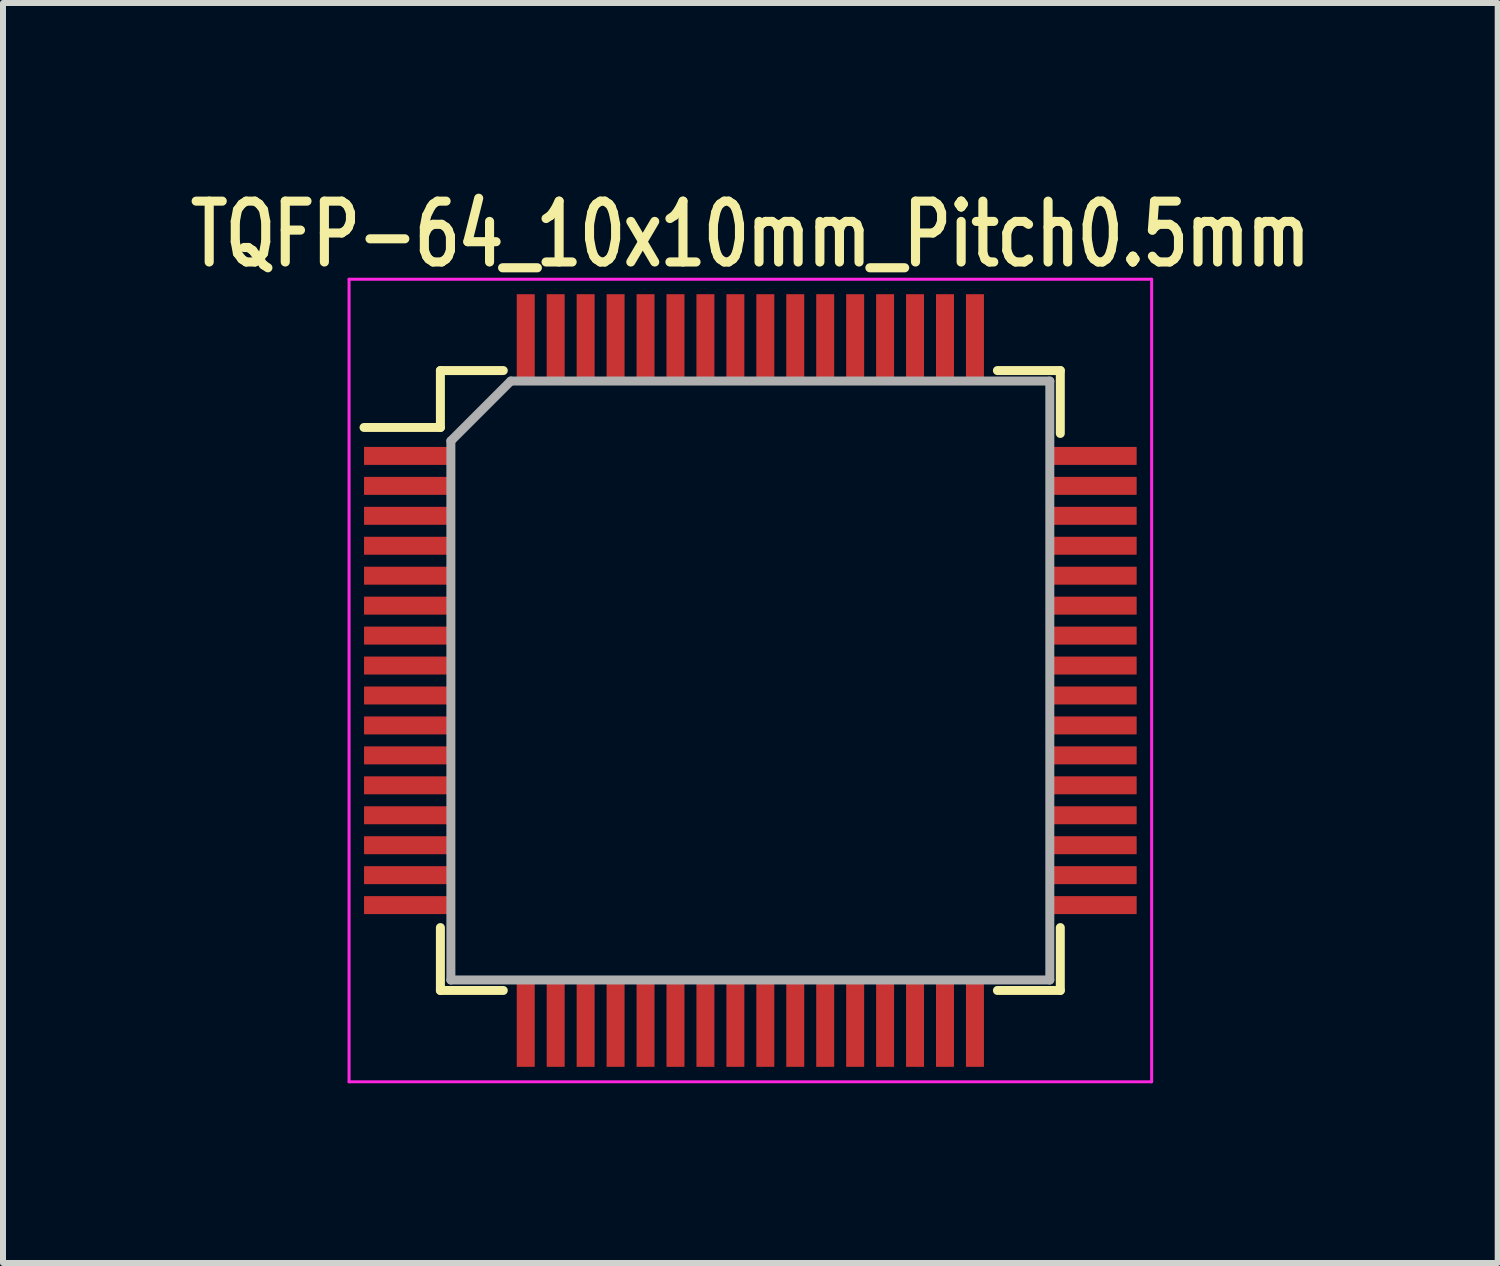
<source format=kicad_pcb>
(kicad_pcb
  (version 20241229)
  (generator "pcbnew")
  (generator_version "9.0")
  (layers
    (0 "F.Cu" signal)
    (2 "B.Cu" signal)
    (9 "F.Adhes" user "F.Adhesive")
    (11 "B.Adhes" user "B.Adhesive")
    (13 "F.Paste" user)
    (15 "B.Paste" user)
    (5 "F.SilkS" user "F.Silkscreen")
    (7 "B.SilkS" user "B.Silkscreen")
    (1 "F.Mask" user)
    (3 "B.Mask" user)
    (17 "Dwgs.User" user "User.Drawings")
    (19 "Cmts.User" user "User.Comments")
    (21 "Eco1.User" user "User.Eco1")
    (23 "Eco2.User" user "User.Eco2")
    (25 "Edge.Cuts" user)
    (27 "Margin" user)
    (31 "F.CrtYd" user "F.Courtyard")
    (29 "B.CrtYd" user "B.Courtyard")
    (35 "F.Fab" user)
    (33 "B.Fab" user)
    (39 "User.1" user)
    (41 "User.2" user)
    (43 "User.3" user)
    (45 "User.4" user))
  (footprint "TQFP-64_10x10mm_Pitch0.5mm"
    (layer "F.Cu")
    (at 9.478 8.312)
    (property "Reference" "TQFP-64_10x10mm_Pitch0.5mm" (at 0 -7.45 0) (layer "F.SilkS") (effects (font (size 1.016 0.762) (thickness 0.152))))
    (attr smd)
    (fp_line (start -5.175 -5.175) (end -5.175 -4.225) (stroke (width 0.15) (type solid)) (layer "F.SilkS"))
    (fp_line (start -5.175 -5.175) (end -4.125 -5.175) (stroke (width 0.15) (type solid)) (layer "F.SilkS"))
    (fp_line (start -5.175 -4.225) (end -6.45 -4.225) (stroke (width 0.15) (type solid)) (layer "F.SilkS"))
    (fp_line (start -5.175 5.175) (end -5.175 4.125) (stroke (width 0.15) (type solid)) (layer "F.SilkS"))
    (fp_line (start -5.175 5.175) (end -4.125 5.175) (stroke (width 0.15) (type solid)) (layer "F.SilkS"))
    (fp_line (start 5.175 -5.175) (end 4.125 -5.175) (stroke (width 0.15) (type solid)) (layer "F.SilkS"))
    (fp_line (start 5.175 -5.175) (end 5.175 -4.125) (stroke (width 0.15) (type solid)) (layer "F.SilkS"))
    (fp_line (start 5.175 5.175) (end 4.125 5.175) (stroke (width 0.15) (type solid)) (layer "F.SilkS"))
    (fp_line (start 5.175 5.175) (end 5.175 4.125) (stroke (width 0.15) (type solid)) (layer "F.SilkS"))
    (fp_line (start -6.7 -6.7) (end -6.7 6.7) (stroke (width 0.05) (type solid)) (layer "F.CrtYd"))
    (fp_line (start -6.7 -6.7) (end 6.7 -6.7) (stroke (width 0.05) (type solid)) (layer "F.CrtYd"))
    (fp_line (start -6.7 6.7) (end 6.7 6.7) (stroke (width 0.05) (type solid)) (layer "F.CrtYd"))
    (fp_line (start 6.7 -6.7) (end 6.7 6.7) (stroke (width 0.05) (type solid)) (layer "F.CrtYd"))
    (fp_line (start -5 -4) (end -4 -5) (stroke (width 0.15) (type solid)) (layer "F.Fab"))
    (fp_line (start -5 5) (end -5 -4) (stroke (width 0.15) (type solid)) (layer "F.Fab"))
    (fp_line (start -4 -5) (end 5 -5) (stroke (width 0.15) (type solid)) (layer "F.Fab"))
    (fp_line (start 5 -5) (end 5 5) (stroke (width 0.15) (type solid)) (layer "F.Fab"))
    (fp_line (start 5 5) (end -5 5) (stroke (width 0.15) (type solid)) (layer "F.Fab"))
    (pad "1" smd rect (at -5.7 -3.75) (size 1.5 0.3) (layers "F.Cu" "F.Mask" "F.Paste"))
    (pad "2" smd rect (at -5.7 -3.25) (size 1.5 0.3) (layers "F.Cu" "F.Mask" "F.Paste"))
    (pad "3" smd rect (at -5.7 -2.75) (size 1.5 0.3) (layers "F.Cu" "F.Mask" "F.Paste"))
    (pad "4" smd rect (at -5.7 -2.25) (size 1.5 0.3) (layers "F.Cu" "F.Mask" "F.Paste"))
    (pad "5" smd rect (at -5.7 -1.75) (size 1.5 0.3) (layers "F.Cu" "F.Mask" "F.Paste"))
    (pad "6" smd rect (at -5.7 -1.25) (size 1.5 0.3) (layers "F.Cu" "F.Mask" "F.Paste"))
    (pad "7" smd rect (at -5.7 -0.75) (size 1.5 0.3) (layers "F.Cu" "F.Mask" "F.Paste"))
    (pad "8" smd rect (at -5.7 -0.25) (size 1.5 0.3) (layers "F.Cu" "F.Mask" "F.Paste"))
    (pad "9" smd rect (at -5.7 0.25) (size 1.5 0.3) (layers "F.Cu" "F.Mask" "F.Paste"))
    (pad "10" smd rect (at -5.7 0.75) (size 1.5 0.3) (layers "F.Cu" "F.Mask" "F.Paste"))
    (pad "11" smd rect (at -5.7 1.25) (size 1.5 0.3) (layers "F.Cu" "F.Mask" "F.Paste"))
    (pad "12" smd rect (at -5.7 1.75) (size 1.5 0.3) (layers "F.Cu" "F.Mask" "F.Paste"))
    (pad "13" smd rect (at -5.7 2.25) (size 1.5 0.3) (layers "F.Cu" "F.Mask" "F.Paste"))
    (pad "14" smd rect (at -5.7 2.75) (size 1.5 0.3) (layers "F.Cu" "F.Mask" "F.Paste"))
    (pad "15" smd rect (at -5.7 3.25) (size 1.5 0.3) (layers "F.Cu" "F.Mask" "F.Paste"))
    (pad "16" smd rect (at -5.7 3.75) (size 1.5 0.3) (layers "F.Cu" "F.Mask" "F.Paste"))
    (pad "17" smd rect (at -3.75 5.7 90) (size 1.5 0.3) (layers "F.Cu" "F.Mask" "F.Paste"))
    (pad "18" smd rect (at -3.25 5.7 90) (size 1.5 0.3) (layers "F.Cu" "F.Mask" "F.Paste"))
    (pad "19" smd rect (at -2.75 5.7 90) (size 1.5 0.3) (layers "F.Cu" "F.Mask" "F.Paste"))
    (pad "20" smd rect (at -2.25 5.7 90) (size 1.5 0.3) (layers "F.Cu" "F.Mask" "F.Paste"))
    (pad "21" smd rect (at -1.75 5.7 90) (size 1.5 0.3) (layers "F.Cu" "F.Mask" "F.Paste"))
    (pad "22" smd rect (at -1.25 5.7 90) (size 1.5 0.3) (layers "F.Cu" "F.Mask" "F.Paste"))
    (pad "23" smd rect (at -0.75 5.7 90) (size 1.5 0.3) (layers "F.Cu" "F.Mask" "F.Paste"))
    (pad "24" smd rect (at -0.25 5.7 90) (size 1.5 0.3) (layers "F.Cu" "F.Mask" "F.Paste"))
    (pad "25" smd rect (at 0.25 5.7 90) (size 1.5 0.3) (layers "F.Cu" "F.Mask" "F.Paste"))
    (pad "26" smd rect (at 0.75 5.7 90) (size 1.5 0.3) (layers "F.Cu" "F.Mask" "F.Paste"))
    (pad "27" smd rect (at 1.25 5.7 90) (size 1.5 0.3) (layers "F.Cu" "F.Mask" "F.Paste"))
    (pad "28" smd rect (at 1.75 5.7 90) (size 1.5 0.3) (layers "F.Cu" "F.Mask" "F.Paste"))
    (pad "29" smd rect (at 2.25 5.7 90) (size 1.5 0.3) (layers "F.Cu" "F.Mask" "F.Paste"))
    (pad "30" smd rect (at 2.75 5.7 90) (size 1.5 0.3) (layers "F.Cu" "F.Mask" "F.Paste"))
    (pad "31" smd rect (at 3.25 5.7 90) (size 1.5 0.3) (layers "F.Cu" "F.Mask" "F.Paste"))
    (pad "32" smd rect (at 3.75 5.7 90) (size 1.5 0.3) (layers "F.Cu" "F.Mask" "F.Paste"))
    (pad "33" smd rect (at 5.7 3.75) (size 1.5 0.3) (layers "F.Cu" "F.Mask" "F.Paste"))
    (pad "34" smd rect (at 5.7 3.25) (size 1.5 0.3) (layers "F.Cu" "F.Mask" "F.Paste"))
    (pad "35" smd rect (at 5.7 2.75) (size 1.5 0.3) (layers "F.Cu" "F.Mask" "F.Paste"))
    (pad "36" smd rect (at 5.7 2.25) (size 1.5 0.3) (layers "F.Cu" "F.Mask" "F.Paste"))
    (pad "37" smd rect (at 5.7 1.75) (size 1.5 0.3) (layers "F.Cu" "F.Mask" "F.Paste"))
    (pad "38" smd rect (at 5.7 1.25) (size 1.5 0.3) (layers "F.Cu" "F.Mask" "F.Paste"))
    (pad "39" smd rect (at 5.7 0.75) (size 1.5 0.3) (layers "F.Cu" "F.Mask" "F.Paste"))
    (pad "40" smd rect (at 5.7 0.25) (size 1.5 0.3) (layers "F.Cu" "F.Mask" "F.Paste"))
    (pad "41" smd rect (at 5.7 -0.25) (size 1.5 0.3) (layers "F.Cu" "F.Mask" "F.Paste"))
    (pad "42" smd rect (at 5.7 -0.75) (size 1.5 0.3) (layers "F.Cu" "F.Mask" "F.Paste"))
    (pad "43" smd rect (at 5.7 -1.25) (size 1.5 0.3) (layers "F.Cu" "F.Mask" "F.Paste"))
    (pad "44" smd rect (at 5.7 -1.75) (size 1.5 0.3) (layers "F.Cu" "F.Mask" "F.Paste"))
    (pad "45" smd rect (at 5.7 -2.25) (size 1.5 0.3) (layers "F.Cu" "F.Mask" "F.Paste"))
    (pad "46" smd rect (at 5.7 -2.75) (size 1.5 0.3) (layers "F.Cu" "F.Mask" "F.Paste"))
    (pad "47" smd rect (at 5.7 -3.25) (size 1.5 0.3) (layers "F.Cu" "F.Mask" "F.Paste"))
    (pad "48" smd rect (at 5.7 -3.75) (size 1.5 0.3) (layers "F.Cu" "F.Mask" "F.Paste"))
    (pad "49" smd rect (at 3.75 -5.7 90) (size 1.5 0.3) (layers "F.Cu" "F.Mask" "F.Paste"))
    (pad "50" smd rect (at 3.25 -5.7 90) (size 1.5 0.3) (layers "F.Cu" "F.Mask" "F.Paste"))
    (pad "51" smd rect (at 2.75 -5.7 90) (size 1.5 0.3) (layers "F.Cu" "F.Mask" "F.Paste"))
    (pad "52" smd rect (at 2.25 -5.7 90) (size 1.5 0.3) (layers "F.Cu" "F.Mask" "F.Paste"))
    (pad "53" smd rect (at 1.75 -5.7 90) (size 1.5 0.3) (layers "F.Cu" "F.Mask" "F.Paste"))
    (pad "54" smd rect (at 1.25 -5.7 90) (size 1.5 0.3) (layers "F.Cu" "F.Mask" "F.Paste"))
    (pad "55" smd rect (at 0.75 -5.7 90) (size 1.5 0.3) (layers "F.Cu" "F.Mask" "F.Paste"))
    (pad "56" smd rect (at 0.25 -5.7 90) (size 1.5 0.3) (layers "F.Cu" "F.Mask" "F.Paste"))
    (pad "57" smd rect (at -0.25 -5.7 90) (size 1.5 0.3) (layers "F.Cu" "F.Mask" "F.Paste"))
    (pad "58" smd rect (at -0.75 -5.7 90) (size 1.5 0.3) (layers "F.Cu" "F.Mask" "F.Paste"))
    (pad "59" smd rect (at -1.25 -5.7 90) (size 1.5 0.3) (layers "F.Cu" "F.Mask" "F.Paste"))
    (pad "60" smd rect (at -1.75 -5.7 90) (size 1.5 0.3) (layers "F.Cu" "F.Mask" "F.Paste"))
    (pad "61" smd rect (at -2.25 -5.7 90) (size 1.5 0.3) (layers "F.Cu" "F.Mask" "F.Paste"))
    (pad "62" smd rect (at -2.75 -5.7 90) (size 1.5 0.3) (layers "F.Cu" "F.Mask" "F.Paste"))
    (pad "63" smd rect (at -3.25 -5.7 90) (size 1.5 0.3) (layers "F.Cu" "F.Mask" "F.Paste"))
    (pad "64" smd rect (at -3.75 -5.7 90) (size 1.5 0.3) (layers "F.Cu" "F.Mask" "F.Paste")))
  (gr_rect
    (start -3 -3)
    (end 21.956 18.037)
    (stroke (width 0.1) (type default))
    (fill no)
    (layer "Edge.Cuts")))
</source>
